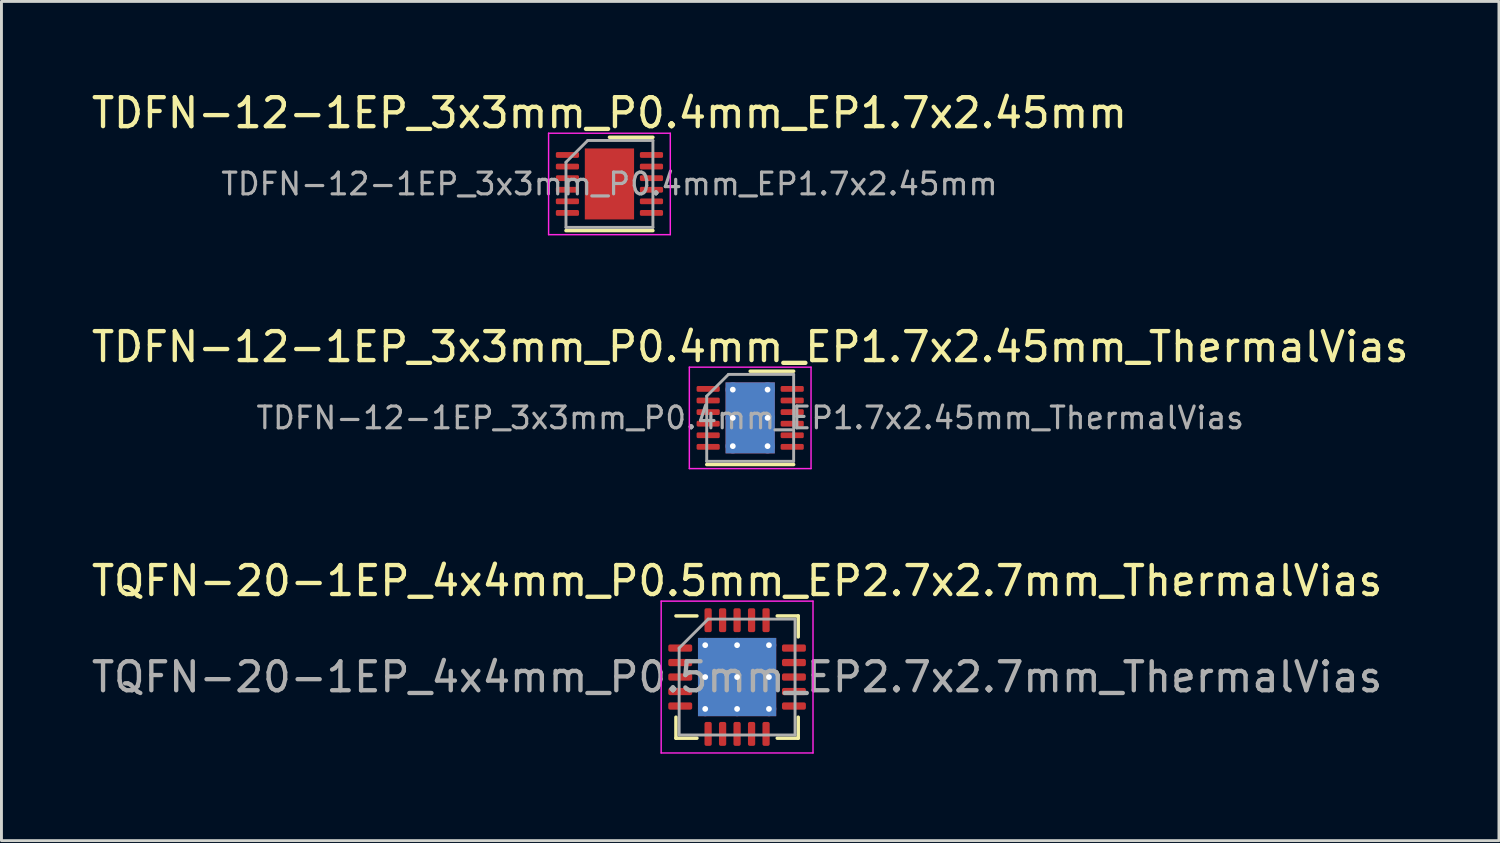
<source format=kicad_pcb>
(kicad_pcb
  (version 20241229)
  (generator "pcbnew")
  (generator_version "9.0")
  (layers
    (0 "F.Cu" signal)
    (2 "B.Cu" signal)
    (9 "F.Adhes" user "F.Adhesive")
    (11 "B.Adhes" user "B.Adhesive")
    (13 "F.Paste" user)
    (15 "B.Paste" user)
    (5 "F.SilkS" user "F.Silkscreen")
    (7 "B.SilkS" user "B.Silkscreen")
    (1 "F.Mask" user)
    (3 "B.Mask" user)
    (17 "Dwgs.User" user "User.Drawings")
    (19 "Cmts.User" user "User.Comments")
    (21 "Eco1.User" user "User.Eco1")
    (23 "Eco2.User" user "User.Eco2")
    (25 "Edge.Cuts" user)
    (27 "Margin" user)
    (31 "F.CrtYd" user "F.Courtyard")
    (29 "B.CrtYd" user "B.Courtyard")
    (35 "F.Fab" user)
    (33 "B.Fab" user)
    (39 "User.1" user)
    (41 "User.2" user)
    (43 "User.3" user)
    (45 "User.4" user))
  (footprint "TDFN-12-1EP_3x3mm_P0.4mm_EP1.7x2.45mm_ThermalVias"
    (layer "F.Cu")
    (at 22.839 11.371)
    (property "Reference" "TDFN-12-1EP_3x3mm_P0.4mm_EP1.7x2.45mm_ThermalVias" (at 0 -2.45 0) (layer "F.SilkS") (effects (font (size 1 1) (thickness 0.15))))
    (attr smd)
    (fp_line (start -1.5 1.61) (end 1.5 1.61) (stroke (width 0.12) (type solid)) (layer "F.SilkS"))
    (fp_line (start 0 -1.61) (end 1.5 -1.61) (stroke (width 0.12) (type solid)) (layer "F.SilkS"))
    (fp_line (start -2.1 -1.75) (end -2.1 1.75) (stroke (width 0.05) (type solid)) (layer "F.CrtYd"))
    (fp_line (start -2.1 1.75) (end 2.1 1.75) (stroke (width 0.05) (type solid)) (layer "F.CrtYd"))
    (fp_line (start 2.1 -1.75) (end -2.1 -1.75) (stroke (width 0.05) (type solid)) (layer "F.CrtYd"))
    (fp_line (start 2.1 1.75) (end 2.1 -1.75) (stroke (width 0.05) (type solid)) (layer "F.CrtYd"))
    (fp_line (start -1.5 -0.75) (end -0.75 -1.5) (stroke (width 0.1) (type solid)) (layer "F.Fab"))
    (fp_line (start -1.5 1.5) (end -1.5 -0.75) (stroke (width 0.1) (type solid)) (layer "F.Fab"))
    (fp_line (start -0.75 -1.5) (end 1.5 -1.5) (stroke (width 0.1) (type solid)) (layer "F.Fab"))
    (fp_line (start 1.5 -1.5) (end 1.5 1.5) (stroke (width 0.1) (type solid)) (layer "F.Fab"))
    (fp_line (start 1.5 1.5) (end -1.5 1.5) (stroke (width 0.1) (type solid)) (layer "F.Fab"))
    (fp_text user "${REFERENCE}" (at 0 0 0) (layer "F.Fab") (effects (font (size 0.75 0.75) (thickness 0.11))))
    (pad "" smd roundrect (at -0.57 -0.915) (size 0.46 0.49) (layers "F.Paste") (roundrect_rratio 0.25))
    (pad "" smd roundrect (at -0.57 -0.305) (size 0.46 0.49) (layers "F.Paste") (roundrect_rratio 0.25))
    (pad "" smd roundrect (at -0.57 0.305) (size 0.46 0.49) (layers "F.Paste") (roundrect_rratio 0.25))
    (pad "" smd roundrect (at -0.57 0.915) (size 0.46 0.49) (layers "F.Paste") (roundrect_rratio 0.25))
    (pad "" smd roundrect (at 0 -0.915) (size 0.46 0.49) (layers "F.Paste") (roundrect_rratio 0.25))
    (pad "" smd roundrect (at 0 -0.305) (size 0.46 0.49) (layers "F.Paste") (roundrect_rratio 0.25))
    (pad "" smd roundrect (at 0 0.305) (size 0.46 0.49) (layers "F.Paste") (roundrect_rratio 0.25))
    (pad "" smd roundrect (at 0 0.915) (size 0.46 0.49) (layers "F.Paste") (roundrect_rratio 0.25))
    (pad "" smd roundrect (at 0.57 -0.915) (size 0.46 0.49) (layers "F.Paste") (roundrect_rratio 0.25))
    (pad "" smd roundrect (at 0.57 -0.305) (size 0.46 0.49) (layers "F.Paste") (roundrect_rratio 0.25))
    (pad "" smd roundrect (at 0.57 0.305) (size 0.46 0.49) (layers "F.Paste") (roundrect_rratio 0.25))
    (pad "" smd roundrect (at 0.57 0.915) (size 0.46 0.49) (layers "F.Paste") (roundrect_rratio 0.25))
    (pad "1" smd roundrect (at -1.45 -1) (size 0.8 0.2) (layers "F.Cu" "F.Mask" "F.Paste") (roundrect_rratio 0.25))
    (pad "2" smd roundrect (at -1.45 -0.6) (size 0.8 0.2) (layers "F.Cu" "F.Mask" "F.Paste") (roundrect_rratio 0.25))
    (pad "3" smd roundrect (at -1.45 -0.2) (size 0.8 0.2) (layers "F.Cu" "F.Mask" "F.Paste") (roundrect_rratio 0.25))
    (pad "4" smd roundrect (at -1.45 0.2) (size 0.8 0.2) (layers "F.Cu" "F.Mask" "F.Paste") (roundrect_rratio 0.25))
    (pad "5" smd roundrect (at -1.45 0.6) (size 0.8 0.2) (layers "F.Cu" "F.Mask" "F.Paste") (roundrect_rratio 0.25))
    (pad "6" smd roundrect (at -1.45 1) (size 0.8 0.2) (layers "F.Cu" "F.Mask" "F.Paste") (roundrect_rratio 0.25))
    (pad "7" smd roundrect (at 1.45 1) (size 0.8 0.2) (layers "F.Cu" "F.Mask" "F.Paste") (roundrect_rratio 0.25))
    (pad "8" smd roundrect (at 1.45 0.6) (size 0.8 0.2) (layers "F.Cu" "F.Mask" "F.Paste") (roundrect_rratio 0.25))
    (pad "9" smd roundrect (at 1.45 0.2) (size 0.8 0.2) (layers "F.Cu" "F.Mask" "F.Paste") (roundrect_rratio 0.25))
    (pad "10" smd roundrect (at 1.45 -0.2) (size 0.8 0.2) (layers "F.Cu" "F.Mask" "F.Paste") (roundrect_rratio 0.25))
    (pad "11" smd roundrect (at 1.45 -0.6) (size 0.8 0.2) (layers "F.Cu" "F.Mask" "F.Paste") (roundrect_rratio 0.25))
    (pad "12" smd roundrect (at 1.45 -1) (size 0.8 0.2) (layers "F.Cu" "F.Mask" "F.Paste") (roundrect_rratio 0.25))
    (pad "13" thru_hole circle (at -0.6 -0.975) (size 0.5 0.5) (drill 0.2) (layers "*.Cu"))
    (pad "13" thru_hole circle (at -0.6 0) (size 0.5 0.5) (drill 0.2) (layers "*.Cu"))
    (pad "13" thru_hole circle (at -0.6 0.975) (size 0.5 0.5) (drill 0.2) (layers "*.Cu"))
    (pad "13" smd rect (at 0 0) (size 1.7 2.45) (layers "F.Cu" "F.Mask"))
    (pad "13" smd rect (at 0 0) (size 1.7 2.45) (layers "B.Cu"))
    (pad "13" thru_hole circle (at 0.6 -0.975) (size 0.5 0.5) (drill 0.2) (layers "*.Cu"))
    (pad "13" thru_hole circle (at 0.6 0) (size 0.5 0.5) (drill 0.2) (layers "*.Cu"))
    (pad "13" thru_hole circle (at 0.6 0.975) (size 0.5 0.5) (drill 0.2) (layers "*.Cu")))
  (footprint "TQFN-20-1EP_4x4mm_P0.5mm_EP2.7x2.7mm_ThermalVias"
    (layer "F.Cu")
    (at 22.387 20.315)
    (property "Reference" "TQFN-20-1EP_4x4mm_P0.5mm_EP2.7x2.7mm_ThermalVias" (at 0 -3.32 0) (layer "F.SilkS") (effects (font (size 1 1) (thickness 0.15))))
    (attr smd)
    (fp_line (start -2.11 2.11) (end -2.11 1.385) (stroke (width 0.12) (type solid)) (layer "F.SilkS"))
    (fp_line (start -1.385 -2.11) (end -2.11 -2.11) (stroke (width 0.12) (type solid)) (layer "F.SilkS"))
    (fp_line (start -1.385 2.11) (end -2.11 2.11) (stroke (width 0.12) (type solid)) (layer "F.SilkS"))
    (fp_line (start 1.385 -2.11) (end 2.11 -2.11) (stroke (width 0.12) (type solid)) (layer "F.SilkS"))
    (fp_line (start 1.385 2.11) (end 2.11 2.11) (stroke (width 0.12) (type solid)) (layer "F.SilkS"))
    (fp_line (start 2.11 -2.11) (end 2.11 -1.385) (stroke (width 0.12) (type solid)) (layer "F.SilkS"))
    (fp_line (start 2.11 2.11) (end 2.11 1.385) (stroke (width 0.12) (type solid)) (layer "F.SilkS"))
    (fp_line (start -2.62 -2.62) (end -2.62 2.62) (stroke (width 0.05) (type solid)) (layer "F.CrtYd"))
    (fp_line (start -2.62 2.62) (end 2.62 2.62) (stroke (width 0.05) (type solid)) (layer "F.CrtYd"))
    (fp_line (start 2.62 -2.62) (end -2.62 -2.62) (stroke (width 0.05) (type solid)) (layer "F.CrtYd"))
    (fp_line (start 2.62 2.62) (end 2.62 -2.62) (stroke (width 0.05) (type solid)) (layer "F.CrtYd"))
    (fp_line (start -2 -1) (end -1 -2) (stroke (width 0.1) (type solid)) (layer "F.Fab"))
    (fp_line (start -2 2) (end -2 -1) (stroke (width 0.1) (type solid)) (layer "F.Fab"))
    (fp_line (start -1 -2) (end 2 -2) (stroke (width 0.1) (type solid)) (layer "F.Fab"))
    (fp_line (start 2 -2) (end 2 2) (stroke (width 0.1) (type solid)) (layer "F.Fab"))
    (fp_line (start 2 2) (end -2 2) (stroke (width 0.1) (type solid)) (layer "F.Fab"))
    (fp_text user "${REFERENCE}" (at 0 0 0) (layer "F.Fab") (effects (font (size 1 1) (thickness 0.15))))
    (pad "" smd roundrect (at -0.675 -0.675) (size 1.17 1.17) (layers "F.Paste") (roundrect_rratio 0.214))
    (pad "" smd roundrect (at -0.675 0.675) (size 1.17 1.17) (layers "F.Paste") (roundrect_rratio 0.214))
    (pad "" smd roundrect (at 0.675 -0.675) (size 1.17 1.17) (layers "F.Paste") (roundrect_rratio 0.214))
    (pad "" smd roundrect (at 0.675 0.675) (size 1.17 1.17) (layers "F.Paste") (roundrect_rratio 0.214))
    (pad "1" smd roundrect (at -1.962 -1) (size 0.825 0.25) (layers "F.Cu" "F.Mask" "F.Paste") (roundrect_rratio 0.25))
    (pad "2" smd roundrect (at -1.962 -0.5) (size 0.825 0.25) (layers "F.Cu" "F.Mask" "F.Paste") (roundrect_rratio 0.25))
    (pad "3" smd roundrect (at -1.962 0) (size 0.825 0.25) (layers "F.Cu" "F.Mask" "F.Paste") (roundrect_rratio 0.25))
    (pad "4" smd roundrect (at -1.962 0.5) (size 0.825 0.25) (layers "F.Cu" "F.Mask" "F.Paste") (roundrect_rratio 0.25))
    (pad "5" smd roundrect (at -1.962 1) (size 0.825 0.25) (layers "F.Cu" "F.Mask" "F.Paste") (roundrect_rratio 0.25))
    (pad "6" smd roundrect (at -1 1.962) (size 0.25 0.825) (layers "F.Cu" "F.Mask" "F.Paste") (roundrect_rratio 0.25))
    (pad "7" smd roundrect (at -0.5 1.962) (size 0.25 0.825) (layers "F.Cu" "F.Mask" "F.Paste") (roundrect_rratio 0.25))
    (pad "8" smd roundrect (at 0 1.962) (size 0.25 0.825) (layers "F.Cu" "F.Mask" "F.Paste") (roundrect_rratio 0.25))
    (pad "9" smd roundrect (at 0.5 1.962) (size 0.25 0.825) (layers "F.Cu" "F.Mask" "F.Paste") (roundrect_rratio 0.25))
    (pad "10" smd roundrect (at 1 1.962) (size 0.25 0.825) (layers "F.Cu" "F.Mask" "F.Paste") (roundrect_rratio 0.25))
    (pad "11" smd roundrect (at 1.962 1) (size 0.825 0.25) (layers "F.Cu" "F.Mask" "F.Paste") (roundrect_rratio 0.25))
    (pad "12" smd roundrect (at 1.962 0.5) (size 0.825 0.25) (layers "F.Cu" "F.Mask" "F.Paste") (roundrect_rratio 0.25))
    (pad "13" smd roundrect (at 1.962 0) (size 0.825 0.25) (layers "F.Cu" "F.Mask" "F.Paste") (roundrect_rratio 0.25))
    (pad "14" smd roundrect (at 1.962 -0.5) (size 0.825 0.25) (layers "F.Cu" "F.Mask" "F.Paste") (roundrect_rratio 0.25))
    (pad "15" smd roundrect (at 1.962 -1) (size 0.825 0.25) (layers "F.Cu" "F.Mask" "F.Paste") (roundrect_rratio 0.25))
    (pad "16" smd roundrect (at 1 -1.962) (size 0.25 0.825) (layers "F.Cu" "F.Mask" "F.Paste") (roundrect_rratio 0.25))
    (pad "17" smd roundrect (at 0.5 -1.962) (size 0.25 0.825) (layers "F.Cu" "F.Mask" "F.Paste") (roundrect_rratio 0.25))
    (pad "18" smd roundrect (at 0 -1.962) (size 0.25 0.825) (layers "F.Cu" "F.Mask" "F.Paste") (roundrect_rratio 0.25))
    (pad "19" smd roundrect (at -0.5 -1.962) (size 0.25 0.825) (layers "F.Cu" "F.Mask" "F.Paste") (roundrect_rratio 0.25))
    (pad "20" smd roundrect (at -1 -1.962) (size 0.25 0.825) (layers "F.Cu" "F.Mask" "F.Paste") (roundrect_rratio 0.25))
    (pad "21" thru_hole circle (at -1.1 -1.1) (size 0.5 0.5) (drill 0.2) (layers "*.Cu"))
    (pad "21" thru_hole circle (at -1.1 0) (size 0.5 0.5) (drill 0.2) (layers "*.Cu"))
    (pad "21" thru_hole circle (at -1.1 1.1) (size 0.5 0.5) (drill 0.2) (layers "*.Cu"))
    (pad "21" thru_hole circle (at 0 -1.1) (size 0.5 0.5) (drill 0.2) (layers "*.Cu"))
    (pad "21" thru_hole circle (at 0 0) (size 0.5 0.5) (drill 0.2) (layers "*.Cu"))
    (pad "21" smd rect (at 0 0) (size 2.7 2.7) (layers "F.Cu" "F.Mask"))
    (pad "21" smd rect (at 0 0) (size 2.7 2.7) (layers "B.Cu"))
    (pad "21" thru_hole circle (at 0 1.1) (size 0.5 0.5) (drill 0.2) (layers "*.Cu"))
    (pad "21" thru_hole circle (at 1.1 -1.1) (size 0.5 0.5) (drill 0.2) (layers "*.Cu"))
    (pad "21" thru_hole circle (at 1.1 0) (size 0.5 0.5) (drill 0.2) (layers "*.Cu"))
    (pad "21" thru_hole circle (at 1.1 1.1) (size 0.5 0.5) (drill 0.2) (layers "*.Cu")))
  (footprint "TDFN-12-1EP_3x3mm_P0.4mm_EP1.7x2.45mm"
    (layer "F.Cu")
    (at 17.982 3.298)
    (property "Reference" "TDFN-12-1EP_3x3mm_P0.4mm_EP1.7x2.45mm" (at 0 -2.45 0) (layer "F.SilkS") (effects (font (size 1 1) (thickness 0.15))))
    (attr smd)
    (fp_line (start -1.5 1.61) (end 1.5 1.61) (stroke (width 0.12) (type solid)) (layer "F.SilkS"))
    (fp_line (start 0 -1.61) (end 1.5 -1.61) (stroke (width 0.12) (type solid)) (layer "F.SilkS"))
    (fp_line (start -2.1 -1.75) (end -2.1 1.75) (stroke (width 0.05) (type solid)) (layer "F.CrtYd"))
    (fp_line (start -2.1 1.75) (end 2.1 1.75) (stroke (width 0.05) (type solid)) (layer "F.CrtYd"))
    (fp_line (start 2.1 -1.75) (end -2.1 -1.75) (stroke (width 0.05) (type solid)) (layer "F.CrtYd"))
    (fp_line (start 2.1 1.75) (end 2.1 -1.75) (stroke (width 0.05) (type solid)) (layer "F.CrtYd"))
    (fp_line (start -1.5 -0.75) (end -0.75 -1.5) (stroke (width 0.1) (type solid)) (layer "F.Fab"))
    (fp_line (start -1.5 1.5) (end -1.5 -0.75) (stroke (width 0.1) (type solid)) (layer "F.Fab"))
    (fp_line (start -0.75 -1.5) (end 1.5 -1.5) (stroke (width 0.1) (type solid)) (layer "F.Fab"))
    (fp_line (start 1.5 -1.5) (end 1.5 1.5) (stroke (width 0.1) (type solid)) (layer "F.Fab"))
    (fp_line (start 1.5 1.5) (end -1.5 1.5) (stroke (width 0.1) (type solid)) (layer "F.Fab"))
    (fp_text user "${REFERENCE}" (at 0 0 0) (layer "F.Fab") (effects (font (size 0.75 0.75) (thickness 0.11))))
    (pad "" smd roundrect (at -0.57 -0.915) (size 0.46 0.49) (layers "F.Paste") (roundrect_rratio 0.25))
    (pad "" smd roundrect (at -0.57 -0.305) (size 0.46 0.49) (layers "F.Paste") (roundrect_rratio 0.25))
    (pad "" smd roundrect (at -0.57 0.305) (size 0.46 0.49) (layers "F.Paste") (roundrect_rratio 0.25))
    (pad "" smd roundrect (at -0.57 0.915) (size 0.46 0.49) (layers "F.Paste") (roundrect_rratio 0.25))
    (pad "" smd roundrect (at 0 -0.915) (size 0.46 0.49) (layers "F.Paste") (roundrect_rratio 0.25))
    (pad "" smd roundrect (at 0 -0.305) (size 0.46 0.49) (layers "F.Paste") (roundrect_rratio 0.25))
    (pad "" smd roundrect (at 0 0.305) (size 0.46 0.49) (layers "F.Paste") (roundrect_rratio 0.25))
    (pad "" smd roundrect (at 0 0.915) (size 0.46 0.49) (layers "F.Paste") (roundrect_rratio 0.25))
    (pad "" smd roundrect (at 0.57 -0.915) (size 0.46 0.49) (layers "F.Paste") (roundrect_rratio 0.25))
    (pad "" smd roundrect (at 0.57 -0.305) (size 0.46 0.49) (layers "F.Paste") (roundrect_rratio 0.25))
    (pad "" smd roundrect (at 0.57 0.305) (size 0.46 0.49) (layers "F.Paste") (roundrect_rratio 0.25))
    (pad "" smd roundrect (at 0.57 0.915) (size 0.46 0.49) (layers "F.Paste") (roundrect_rratio 0.25))
    (pad "1" smd roundrect (at -1.45 -1) (size 0.8 0.2) (layers "F.Cu" "F.Mask" "F.Paste") (roundrect_rratio 0.25))
    (pad "2" smd roundrect (at -1.45 -0.6) (size 0.8 0.2) (layers "F.Cu" "F.Mask" "F.Paste") (roundrect_rratio 0.25))
    (pad "3" smd roundrect (at -1.45 -0.2) (size 0.8 0.2) (layers "F.Cu" "F.Mask" "F.Paste") (roundrect_rratio 0.25))
    (pad "4" smd roundrect (at -1.45 0.2) (size 0.8 0.2) (layers "F.Cu" "F.Mask" "F.Paste") (roundrect_rratio 0.25))
    (pad "5" smd roundrect (at -1.45 0.6) (size 0.8 0.2) (layers "F.Cu" "F.Mask" "F.Paste") (roundrect_rratio 0.25))
    (pad "6" smd roundrect (at -1.45 1) (size 0.8 0.2) (layers "F.Cu" "F.Mask" "F.Paste") (roundrect_rratio 0.25))
    (pad "7" smd roundrect (at 1.45 1) (size 0.8 0.2) (layers "F.Cu" "F.Mask" "F.Paste") (roundrect_rratio 0.25))
    (pad "8" smd roundrect (at 1.45 0.6) (size 0.8 0.2) (layers "F.Cu" "F.Mask" "F.Paste") (roundrect_rratio 0.25))
    (pad "9" smd roundrect (at 1.45 0.2) (size 0.8 0.2) (layers "F.Cu" "F.Mask" "F.Paste") (roundrect_rratio 0.25))
    (pad "10" smd roundrect (at 1.45 -0.2) (size 0.8 0.2) (layers "F.Cu" "F.Mask" "F.Paste") (roundrect_rratio 0.25))
    (pad "11" smd roundrect (at 1.45 -0.6) (size 0.8 0.2) (layers "F.Cu" "F.Mask" "F.Paste") (roundrect_rratio 0.25))
    (pad "12" smd roundrect (at 1.45 -1) (size 0.8 0.2) (layers "F.Cu" "F.Mask" "F.Paste") (roundrect_rratio 0.25))
    (pad "13" smd rect (at 0 0) (size 1.7 2.45) (layers "F.Cu" "F.Mask")))
  (gr_rect
    (start -3 -3)
    (end 48.679 25.96)
    (stroke (width 0.1) (type default))
    (fill no)
    (layer "Edge.Cuts")))
</source>
